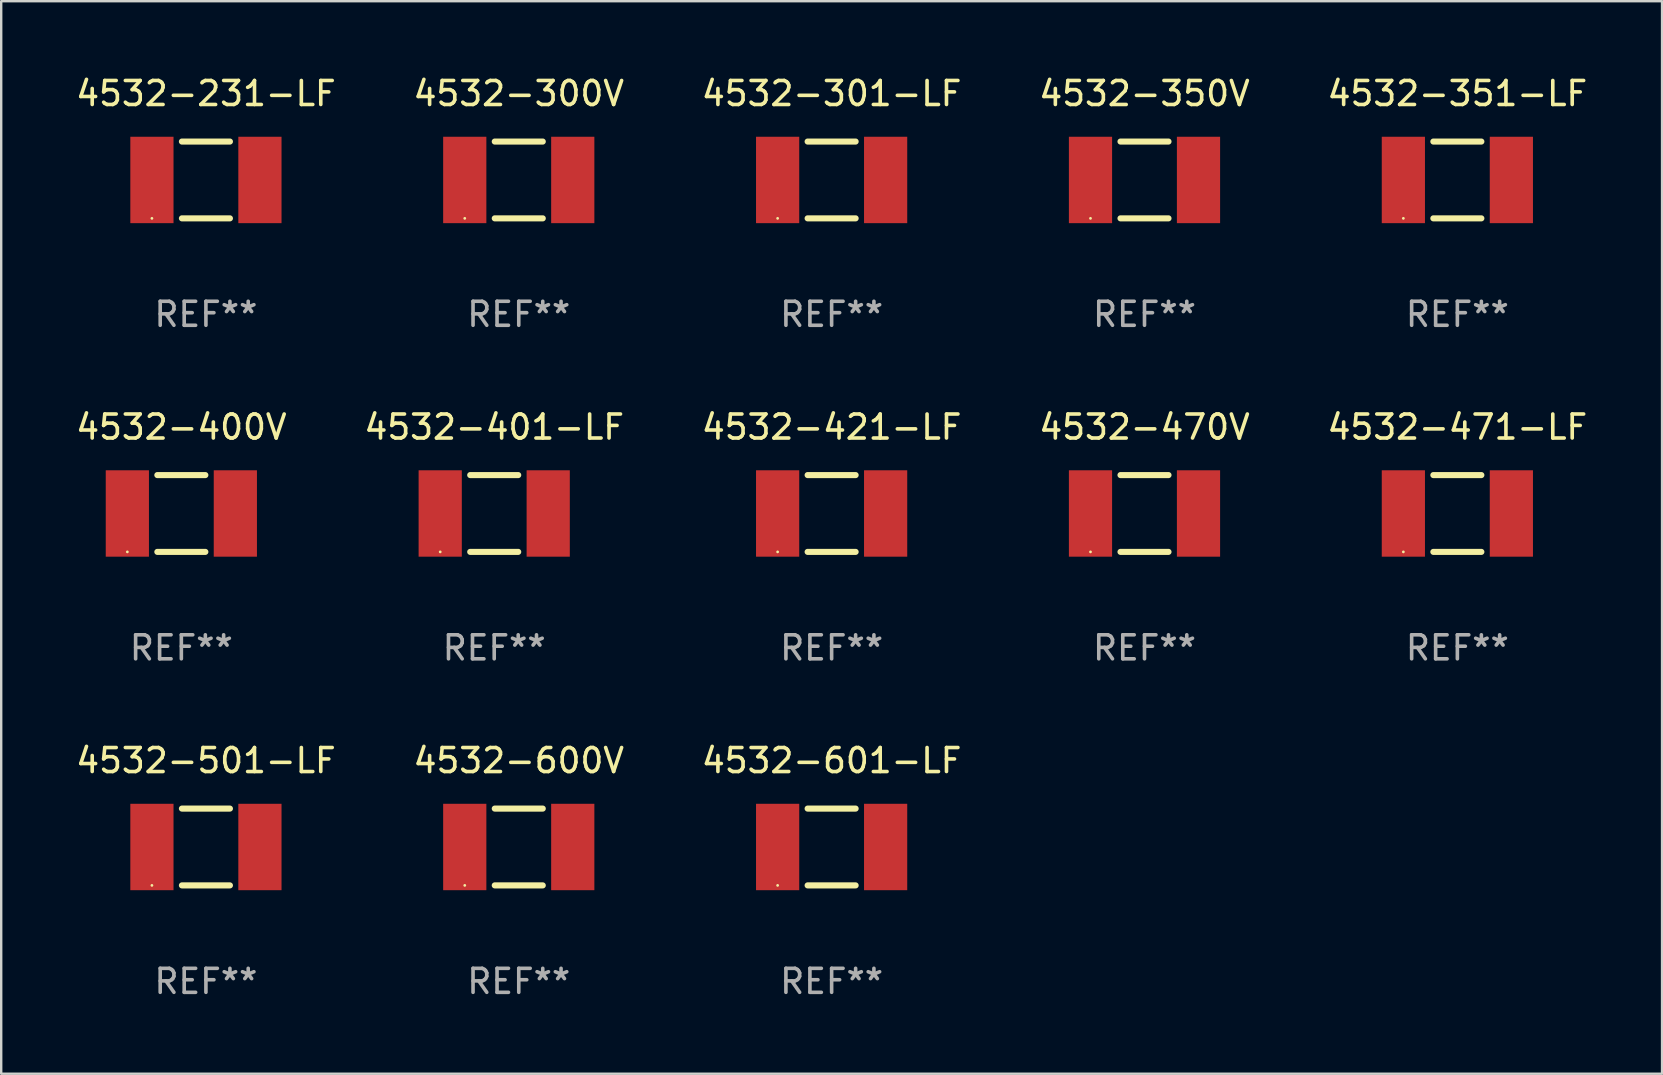
<source format=kicad_pcb>
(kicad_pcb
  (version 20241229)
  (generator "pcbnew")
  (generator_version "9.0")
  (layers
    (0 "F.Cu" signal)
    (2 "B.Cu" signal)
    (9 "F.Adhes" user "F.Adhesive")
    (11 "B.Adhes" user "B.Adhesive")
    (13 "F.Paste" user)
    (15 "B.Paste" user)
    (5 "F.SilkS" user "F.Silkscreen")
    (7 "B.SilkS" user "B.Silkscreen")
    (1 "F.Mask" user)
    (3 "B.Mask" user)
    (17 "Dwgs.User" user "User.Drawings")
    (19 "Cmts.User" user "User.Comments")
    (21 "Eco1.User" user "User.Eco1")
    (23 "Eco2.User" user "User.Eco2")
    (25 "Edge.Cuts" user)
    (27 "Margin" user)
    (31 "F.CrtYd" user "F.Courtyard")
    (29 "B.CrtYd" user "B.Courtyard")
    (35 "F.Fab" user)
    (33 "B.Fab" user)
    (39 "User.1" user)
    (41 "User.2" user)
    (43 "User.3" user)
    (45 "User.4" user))
  (footprint "4532-401-LF"
    (layer "F.Cu")
    (at 17.542 18.345)
    (property "Reference" "4532-401-LF" (at 0 -3.6 0) (layer "F.SilkS") (effects (font (size 1 1) (thickness 0.15))))
    (attr through_hole)
    (fp_line (start -1 -1.6) (end 1 -1.6) (stroke (width 0.254) (type solid)) (layer "F.SilkS"))
    (fp_line (start 1 1.6) (end -1 1.6) (stroke (width 0.254) (type solid)) (layer "F.SilkS"))
    (fp_circle (center -2.25 1.6) (end -2.22 1.6) (stroke (width 0.06) (type solid)) (fill no) (layer "F.SilkS"))
    (fp_text user "REF**" (at 0 5.6 0) (layer "F.Fab") (effects (font (size 1 1) (thickness 0.15))))
    (pad "1" smd rect (at -2.25 0) (size 1.8 3.6) (layers "F.Cu" "F.Mask" "F.Paste"))
    (pad "2" smd rect (at 2.25 0) (size 1.8 3.6) (layers "F.Cu" "F.Mask" "F.Paste")))
  (footprint "4532-601-LF"
    (layer "F.Cu")
    (at 31.601 32.241)
    (property "Reference" "4532-601-LF" (at 0 -3.6 0) (layer "F.SilkS") (effects (font (size 1 1) (thickness 0.15))))
    (attr through_hole)
    (fp_line (start -1 -1.6) (end 1 -1.6) (stroke (width 0.254) (type solid)) (layer "F.SilkS"))
    (fp_line (start 1 1.6) (end -1 1.6) (stroke (width 0.254) (type solid)) (layer "F.SilkS"))
    (fp_circle (center -2.25 1.6) (end -2.22 1.6) (stroke (width 0.06) (type solid)) (fill no) (layer "F.SilkS"))
    (fp_text user "REF**" (at 0 5.6 0) (layer "F.Fab") (effects (font (size 1 1) (thickness 0.15))))
    (pad "1" smd rect (at -2.25 0) (size 1.8 3.6) (layers "F.Cu" "F.Mask" "F.Paste"))
    (pad "2" smd rect (at 2.25 0) (size 1.8 3.6) (layers "F.Cu" "F.Mask" "F.Paste")))
  (footprint "4532-351-LF"
    (layer "F.Cu")
    (at 57.673 4.448)
    (property "Reference" "4532-351-LF" (at 0 -3.6 0) (layer "F.SilkS") (effects (font (size 1 1) (thickness 0.15))))
    (attr through_hole)
    (fp_line (start -1 -1.6) (end 1 -1.6) (stroke (width 0.254) (type solid)) (layer "F.SilkS"))
    (fp_line (start 1 1.6) (end -1 1.6) (stroke (width 0.254) (type solid)) (layer "F.SilkS"))
    (fp_circle (center -2.25 1.6) (end -2.22 1.6) (stroke (width 0.06) (type solid)) (fill no) (layer "F.SilkS"))
    (fp_text user "REF**" (at 0 5.6 0) (layer "F.Fab") (effects (font (size 1 1) (thickness 0.15))))
    (pad "1" smd rect (at -2.25 0) (size 1.8 3.6) (layers "F.Cu" "F.Mask" "F.Paste"))
    (pad "2" smd rect (at 2.25 0) (size 1.8 3.6) (layers "F.Cu" "F.Mask" "F.Paste")))
  (footprint "4532-231-LF"
    (layer "F.Cu")
    (at 5.53 4.448)
    (property "Reference" "4532-231-LF" (at 0 -3.6 0) (layer "F.SilkS") (effects (font (size 1 1) (thickness 0.15))))
    (attr through_hole)
    (fp_line (start -1 -1.6) (end 1 -1.6) (stroke (width 0.254) (type solid)) (layer "F.SilkS"))
    (fp_line (start 1 1.6) (end -1 1.6) (stroke (width 0.254) (type solid)) (layer "F.SilkS"))
    (fp_circle (center -2.25 1.6) (end -2.22 1.6) (stroke (width 0.06) (type solid)) (fill no) (layer "F.SilkS"))
    (fp_text user "REF**" (at 0 5.6 0) (layer "F.Fab") (effects (font (size 1 1) (thickness 0.15))))
    (pad "1" smd rect (at -2.25 0) (size 1.8 3.6) (layers "F.Cu" "F.Mask" "F.Paste"))
    (pad "2" smd rect (at 2.25 0) (size 1.8 3.6) (layers "F.Cu" "F.Mask" "F.Paste")))
  (footprint "4532-471-LF"
    (layer "F.Cu")
    (at 57.673 18.345)
    (property "Reference" "4532-471-LF" (at 0 -3.6 0) (layer "F.SilkS") (effects (font (size 1 1) (thickness 0.15))))
    (attr through_hole)
    (fp_line (start -1 -1.6) (end 1 -1.6) (stroke (width 0.254) (type solid)) (layer "F.SilkS"))
    (fp_line (start 1 1.6) (end -1 1.6) (stroke (width 0.254) (type solid)) (layer "F.SilkS"))
    (fp_circle (center -2.25 1.6) (end -2.22 1.6) (stroke (width 0.06) (type solid)) (fill no) (layer "F.SilkS"))
    (fp_text user "REF**" (at 0 5.6 0) (layer "F.Fab") (effects (font (size 1 1) (thickness 0.15))))
    (pad "1" smd rect (at -2.25 0) (size 1.8 3.6) (layers "F.Cu" "F.Mask" "F.Paste"))
    (pad "2" smd rect (at 2.25 0) (size 1.8 3.6) (layers "F.Cu" "F.Mask" "F.Paste")))
  (footprint "4532-501-LF"
    (layer "F.Cu")
    (at 5.53 32.241)
    (property "Reference" "4532-501-LF" (at 0 -3.6 0) (layer "F.SilkS") (effects (font (size 1 1) (thickness 0.15))))
    (attr through_hole)
    (fp_line (start -1 -1.6) (end 1 -1.6) (stroke (width 0.254) (type solid)) (layer "F.SilkS"))
    (fp_line (start 1 1.6) (end -1 1.6) (stroke (width 0.254) (type solid)) (layer "F.SilkS"))
    (fp_circle (center -2.25 1.6) (end -2.22 1.6) (stroke (width 0.06) (type solid)) (fill no) (layer "F.SilkS"))
    (fp_text user "REF**" (at 0 5.6 0) (layer "F.Fab") (effects (font (size 1 1) (thickness 0.15))))
    (pad "1" smd rect (at -2.25 0) (size 1.8 3.6) (layers "F.Cu" "F.Mask" "F.Paste"))
    (pad "2" smd rect (at 2.25 0) (size 1.8 3.6) (layers "F.Cu" "F.Mask" "F.Paste")))
  (footprint "4532-421-LF"
    (layer "F.Cu")
    (at 31.601 18.345)
    (property "Reference" "4532-421-LF" (at 0 -3.6 0) (layer "F.SilkS") (effects (font (size 1 1) (thickness 0.15))))
    (attr through_hole)
    (fp_line (start -1 -1.6) (end 1 -1.6) (stroke (width 0.254) (type solid)) (layer "F.SilkS"))
    (fp_line (start 1 1.6) (end -1 1.6) (stroke (width 0.254) (type solid)) (layer "F.SilkS"))
    (fp_circle (center -2.25 1.6) (end -2.22 1.6) (stroke (width 0.06) (type solid)) (fill no) (layer "F.SilkS"))
    (fp_text user "REF**" (at 0 5.6 0) (layer "F.Fab") (effects (font (size 1 1) (thickness 0.15))))
    (pad "1" smd rect (at -2.25 0) (size 1.8 3.6) (layers "F.Cu" "F.Mask" "F.Paste"))
    (pad "2" smd rect (at 2.25 0) (size 1.8 3.6) (layers "F.Cu" "F.Mask" "F.Paste")))
  (footprint "4532-600V"
    (layer "F.Cu")
    (at 18.565 32.241)
    (property "Reference" "4532-600V" (at 0 -3.6 0) (layer "F.SilkS") (effects (font (size 1 1) (thickness 0.15))))
    (attr through_hole)
    (fp_line (start -1 -1.6) (end 1 -1.6) (stroke (width 0.254) (type solid)) (layer "F.SilkS"))
    (fp_line (start 1 1.6) (end -1 1.6) (stroke (width 0.254) (type solid)) (layer "F.SilkS"))
    (fp_circle (center -2.25 1.6) (end -2.22 1.6) (stroke (width 0.06) (type solid)) (fill no) (layer "F.SilkS"))
    (fp_text user "REF**" (at 0 5.6 0) (layer "F.Fab") (effects (font (size 1 1) (thickness 0.15))))
    (pad "1" smd rect (at -2.25 0) (size 1.8 3.6) (layers "F.Cu" "F.Mask" "F.Paste"))
    (pad "2" smd rect (at 2.25 0) (size 1.8 3.6) (layers "F.Cu" "F.Mask" "F.Paste")))
  (footprint "4532-301-LF"
    (layer "F.Cu")
    (at 31.601 4.448)
    (property "Reference" "4532-301-LF" (at 0 -3.6 0) (layer "F.SilkS") (effects (font (size 1 1) (thickness 0.15))))
    (attr through_hole)
    (fp_line (start -1 -1.6) (end 1 -1.6) (stroke (width 0.254) (type solid)) (layer "F.SilkS"))
    (fp_line (start 1 1.6) (end -1 1.6) (stroke (width 0.254) (type solid)) (layer "F.SilkS"))
    (fp_circle (center -2.25 1.6) (end -2.22 1.6) (stroke (width 0.06) (type solid)) (fill no) (layer "F.SilkS"))
    (fp_text user "REF**" (at 0 5.6 0) (layer "F.Fab") (effects (font (size 1 1) (thickness 0.15))))
    (pad "1" smd rect (at -2.25 0) (size 1.8 3.6) (layers "F.Cu" "F.Mask" "F.Paste"))
    (pad "2" smd rect (at 2.25 0) (size 1.8 3.6) (layers "F.Cu" "F.Mask" "F.Paste")))
  (footprint "4532-470V"
    (layer "F.Cu")
    (at 44.637 18.345)
    (property "Reference" "4532-470V" (at 0 -3.6 0) (layer "F.SilkS") (effects (font (size 1 1) (thickness 0.15))))
    (attr through_hole)
    (fp_line (start -1 -1.6) (end 1 -1.6) (stroke (width 0.254) (type solid)) (layer "F.SilkS"))
    (fp_line (start 1 1.6) (end -1 1.6) (stroke (width 0.254) (type solid)) (layer "F.SilkS"))
    (fp_circle (center -2.25 1.6) (end -2.22 1.6) (stroke (width 0.06) (type solid)) (fill no) (layer "F.SilkS"))
    (fp_text user "REF**" (at 0 5.6 0) (layer "F.Fab") (effects (font (size 1 1) (thickness 0.15))))
    (pad "1" smd rect (at -2.25 0) (size 1.8 3.6) (layers "F.Cu" "F.Mask" "F.Paste"))
    (pad "2" smd rect (at 2.25 0) (size 1.8 3.6) (layers "F.Cu" "F.Mask" "F.Paste")))
  (footprint "4532-400V"
    (layer "F.Cu")
    (at 4.506 18.345)
    (property "Reference" "4532-400V" (at 0 -3.6 0) (layer "F.SilkS") (effects (font (size 1 1) (thickness 0.15))))
    (attr through_hole)
    (fp_line (start -1 -1.6) (end 1 -1.6) (stroke (width 0.254) (type solid)) (layer "F.SilkS"))
    (fp_line (start 1 1.6) (end -1 1.6) (stroke (width 0.254) (type solid)) (layer "F.SilkS"))
    (fp_circle (center -2.25 1.6) (end -2.22 1.6) (stroke (width 0.06) (type solid)) (fill no) (layer "F.SilkS"))
    (fp_text user "REF**" (at 0 5.6 0) (layer "F.Fab") (effects (font (size 1 1) (thickness 0.15))))
    (pad "1" smd rect (at -2.25 0) (size 1.8 3.6) (layers "F.Cu" "F.Mask" "F.Paste"))
    (pad "2" smd rect (at 2.25 0) (size 1.8 3.6) (layers "F.Cu" "F.Mask" "F.Paste")))
  (footprint "4532-350V"
    (layer "F.Cu")
    (at 44.637 4.448)
    (property "Reference" "4532-350V" (at 0 -3.6 0) (layer "F.SilkS") (effects (font (size 1 1) (thickness 0.15))))
    (attr through_hole)
    (fp_line (start -1 -1.6) (end 1 -1.6) (stroke (width 0.254) (type solid)) (layer "F.SilkS"))
    (fp_line (start 1 1.6) (end -1 1.6) (stroke (width 0.254) (type solid)) (layer "F.SilkS"))
    (fp_circle (center -2.25 1.6) (end -2.22 1.6) (stroke (width 0.06) (type solid)) (fill no) (layer "F.SilkS"))
    (fp_text user "REF**" (at 0 5.6 0) (layer "F.Fab") (effects (font (size 1 1) (thickness 0.15))))
    (pad "1" smd rect (at -2.25 0) (size 1.8 3.6) (layers "F.Cu" "F.Mask" "F.Paste"))
    (pad "2" smd rect (at 2.25 0) (size 1.8 3.6) (layers "F.Cu" "F.Mask" "F.Paste")))
  (footprint "4532-300V"
    (layer "F.Cu")
    (at 18.565 4.448)
    (property "Reference" "4532-300V" (at 0 -3.6 0) (layer "F.SilkS") (effects (font (size 1 1) (thickness 0.15))))
    (attr through_hole)
    (fp_line (start -1 -1.6) (end 1 -1.6) (stroke (width 0.254) (type solid)) (layer "F.SilkS"))
    (fp_line (start 1 1.6) (end -1 1.6) (stroke (width 0.254) (type solid)) (layer "F.SilkS"))
    (fp_circle (center -2.25 1.6) (end -2.22 1.6) (stroke (width 0.06) (type solid)) (fill no) (layer "F.SilkS"))
    (fp_text user "REF**" (at 0 5.6 0) (layer "F.Fab") (effects (font (size 1 1) (thickness 0.15))))
    (pad "1" smd rect (at -2.25 0) (size 1.8 3.6) (layers "F.Cu" "F.Mask" "F.Paste"))
    (pad "2" smd rect (at 2.25 0) (size 1.8 3.6) (layers "F.Cu" "F.Mask" "F.Paste")))
  (gr_rect
    (start -3 -3)
    (end 66.202 41.69)
    (stroke (width 0.1) (type default))
    (fill no)
    (layer "Edge.Cuts")))
</source>
